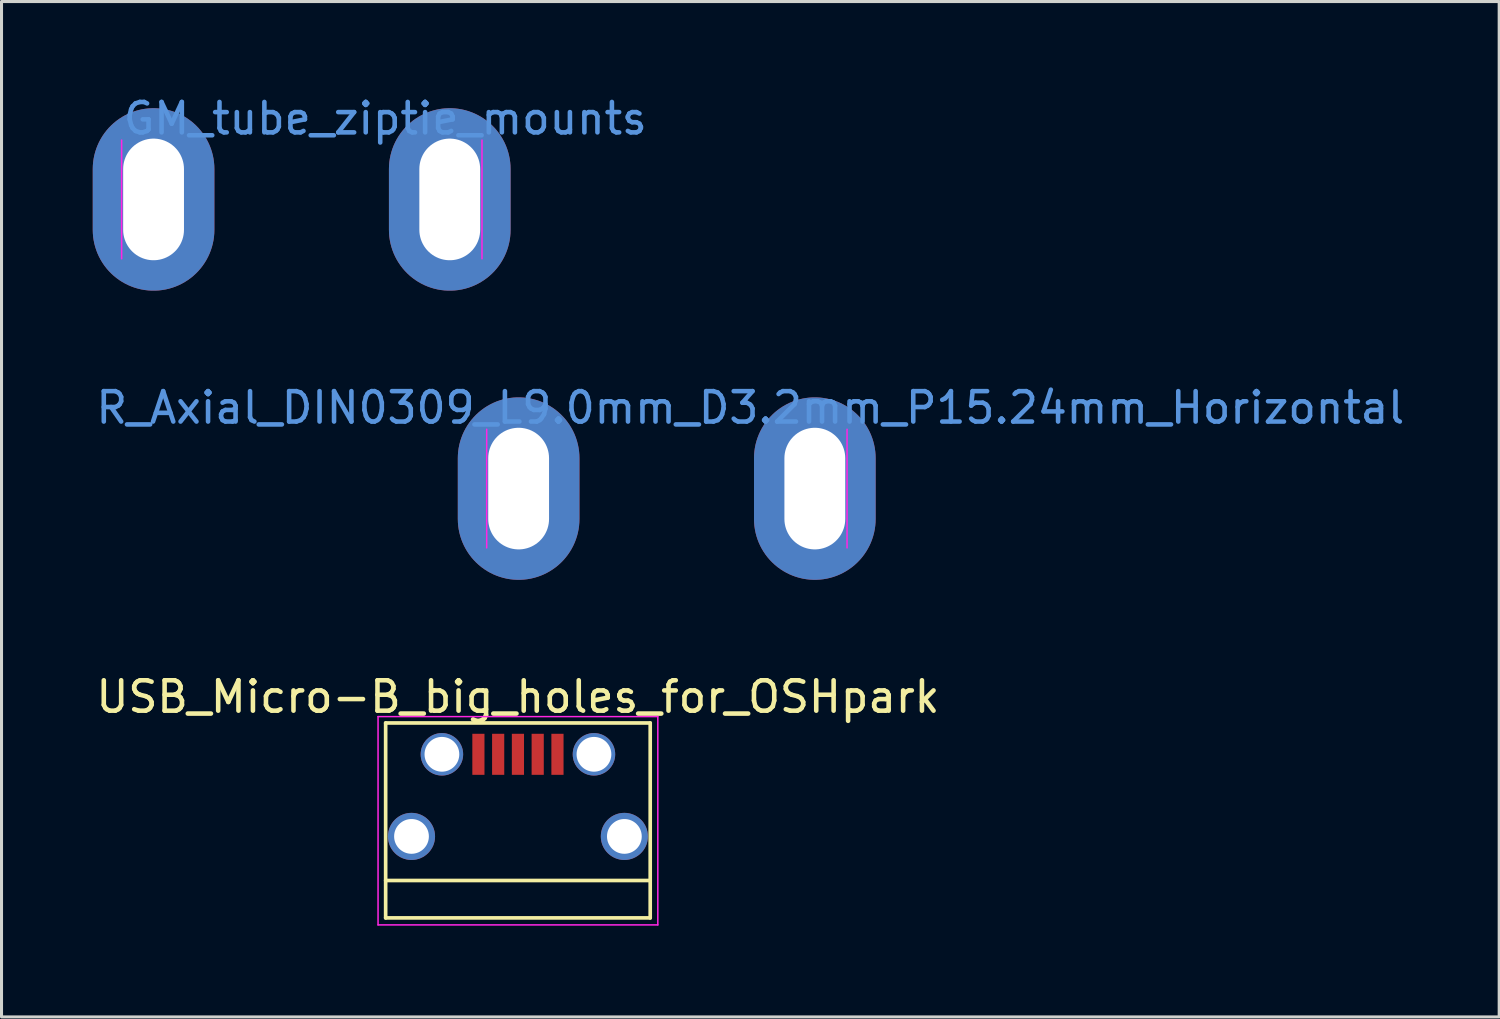
<source format=kicad_pcb>
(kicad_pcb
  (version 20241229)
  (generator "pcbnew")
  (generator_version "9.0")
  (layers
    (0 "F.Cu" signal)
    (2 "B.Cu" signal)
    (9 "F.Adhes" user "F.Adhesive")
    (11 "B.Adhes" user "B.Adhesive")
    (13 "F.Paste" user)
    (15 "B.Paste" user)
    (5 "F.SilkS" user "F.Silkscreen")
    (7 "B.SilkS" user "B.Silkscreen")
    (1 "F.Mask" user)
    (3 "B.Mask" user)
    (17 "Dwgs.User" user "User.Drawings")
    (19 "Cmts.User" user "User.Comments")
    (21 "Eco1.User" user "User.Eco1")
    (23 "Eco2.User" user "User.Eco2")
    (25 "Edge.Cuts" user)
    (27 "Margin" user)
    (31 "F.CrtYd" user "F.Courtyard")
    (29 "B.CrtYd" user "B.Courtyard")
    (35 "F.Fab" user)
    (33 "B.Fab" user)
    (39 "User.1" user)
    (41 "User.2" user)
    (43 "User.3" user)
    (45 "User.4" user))
  (footprint "GM_tube_ziptie_mounts"
    (layer "F.Cu")
    (at 2 3.508)
    (property "Reference" "GM_tube_ziptie_mounts" (at 7.62 -2.66 0) (layer "Cmts.User") (effects (font (size 1 1) (thickness 0.15))))
    (attr through_hole)
    (fp_line (start -1.05 -1.95) (end -1.05 1.95) (stroke (width 0.05) (type solid)) (layer "F.CrtYd"))
    (fp_line (start 10.8 1.95) (end 10.8 -1.95) (stroke (width 0.05) (type solid)) (layer "F.CrtYd"))
    (pad "1" thru_hole oval (at 0 0) (size 4 6) (drill oval 2 4) (layers "*.Cu" "*.Mask"))
    (pad "2" thru_hole oval (at 9.74 0) (size 4 6) (drill oval 2 4) (layers "*.Cu" "*.Mask")))
  (footprint "USB_Micro-B_big_holes_for_OSHpark"
    (layer "F.Cu")
    (at 13.982 23.105)
    (property "Reference" "USB_Micro-B_big_holes_for_OSHpark" (at 0 -3.24 0) (layer "F.SilkS") (effects (font (size 1 1) (thickness 0.15))))
    (attr smd)
    (fp_line (start -4.35 -2.38) (end 4.35 -2.38) (stroke (width 0.12) (type solid)) (layer "F.SilkS"))
    (fp_line (start -4.35 4.03) (end -4.35 -2.38) (stroke (width 0.12) (type solid)) (layer "F.SilkS"))
    (fp_line (start -4.35 4.03) (end 4.35 4.03) (stroke (width 0.12) (type solid)) (layer "F.SilkS"))
    (fp_line (start 4.35 -2.38) (end 4.35 4.03) (stroke (width 0.12) (type solid)) (layer "F.SilkS"))
    (fp_line (start 4.35 2.8) (end -4.35 2.8) (stroke (width 0.12) (type solid)) (layer "F.SilkS"))
    (fp_line (start -4.6 -2.59) (end 4.6 -2.59) (stroke (width 0.05) (type solid)) (layer "F.CrtYd"))
    (fp_line (start -4.6 4.26) (end -4.6 -2.59) (stroke (width 0.05) (type solid)) (layer "F.CrtYd"))
    (fp_line (start 4.6 -2.59) (end 4.6 4.26) (stroke (width 0.05) (type solid)) (layer "F.CrtYd"))
    (fp_line (start 4.6 4.26) (end -4.6 4.26) (stroke (width 0.05) (type solid)) (layer "F.CrtYd"))
    (pad "1" smd rect (at -1.3 -1.35 90) (size 1.35 0.4) (layers "F.Cu" "F.Mask" "F.Paste"))
    (pad "2" smd rect (at -0.65 -1.35 90) (size 1.35 0.4) (layers "F.Cu" "F.Mask" "F.Paste"))
    (pad "3" smd rect (at 0 -1.35 90) (size 1.35 0.4) (layers "F.Cu" "F.Mask" "F.Paste"))
    (pad "4" smd rect (at 0.65 -1.35 90) (size 1.35 0.4) (layers "F.Cu" "F.Mask" "F.Paste"))
    (pad "5" smd rect (at 1.3 -1.35 90) (size 1.35 0.4) (layers "F.Cu" "F.Mask" "F.Paste"))
    (pad "6" thru_hole circle (at -3.5 1.35 90) (size 1.549 1.549) (drill 1.143) (layers "*.Cu" "*.Mask"))
    (pad "6" thru_hole circle (at -2.5 -1.35 90) (size 1.397 1.397) (drill 1.143) (layers "*.Cu" "*.Mask"))
    (pad "6" thru_hole circle (at 2.5 -1.35 90) (size 1.397 1.397) (drill 1.143) (layers "*.Cu" "*.Mask"))
    (pad "6" thru_hole circle (at 3.5 1.35 90) (size 1.549 1.549) (drill 1.143) (layers "*.Cu" "*.Mask")))
  (footprint "R_Axial_DIN0309_L9.0mm_D3.2mm_P15.24mm_Horizontal"
    (layer "F.Cu")
    (at 14.005 13.017)
    (property "Reference" "R_Axial_DIN0309_L9.0mm_D3.2mm_P15.24mm_Horizontal" (at 7.62 -2.66 0) (layer "Cmts.User") (effects (font (size 1 1) (thickness 0.15))))
    (attr through_hole)
    (fp_line (start -1.05 -1.95) (end -1.05 1.95) (stroke (width 0.05) (type solid)) (layer "F.CrtYd"))
    (fp_line (start 10.8 1.95) (end 10.8 -1.95) (stroke (width 0.05) (type solid)) (layer "F.CrtYd"))
    (pad "1" thru_hole oval (at 0 0) (size 4 6) (drill oval 2 4) (layers "*.Cu" "*.Mask"))
    (pad "2" thru_hole oval (at 9.74 0) (size 4 6) (drill oval 2 4) (layers "*.Cu" "*.Mask")))
  (gr_rect
    (start -3 -3)
    (end 46.25 30.39)
    (stroke (width 0.1) (type default))
    (fill no)
    (layer "Edge.Cuts")))
</source>
